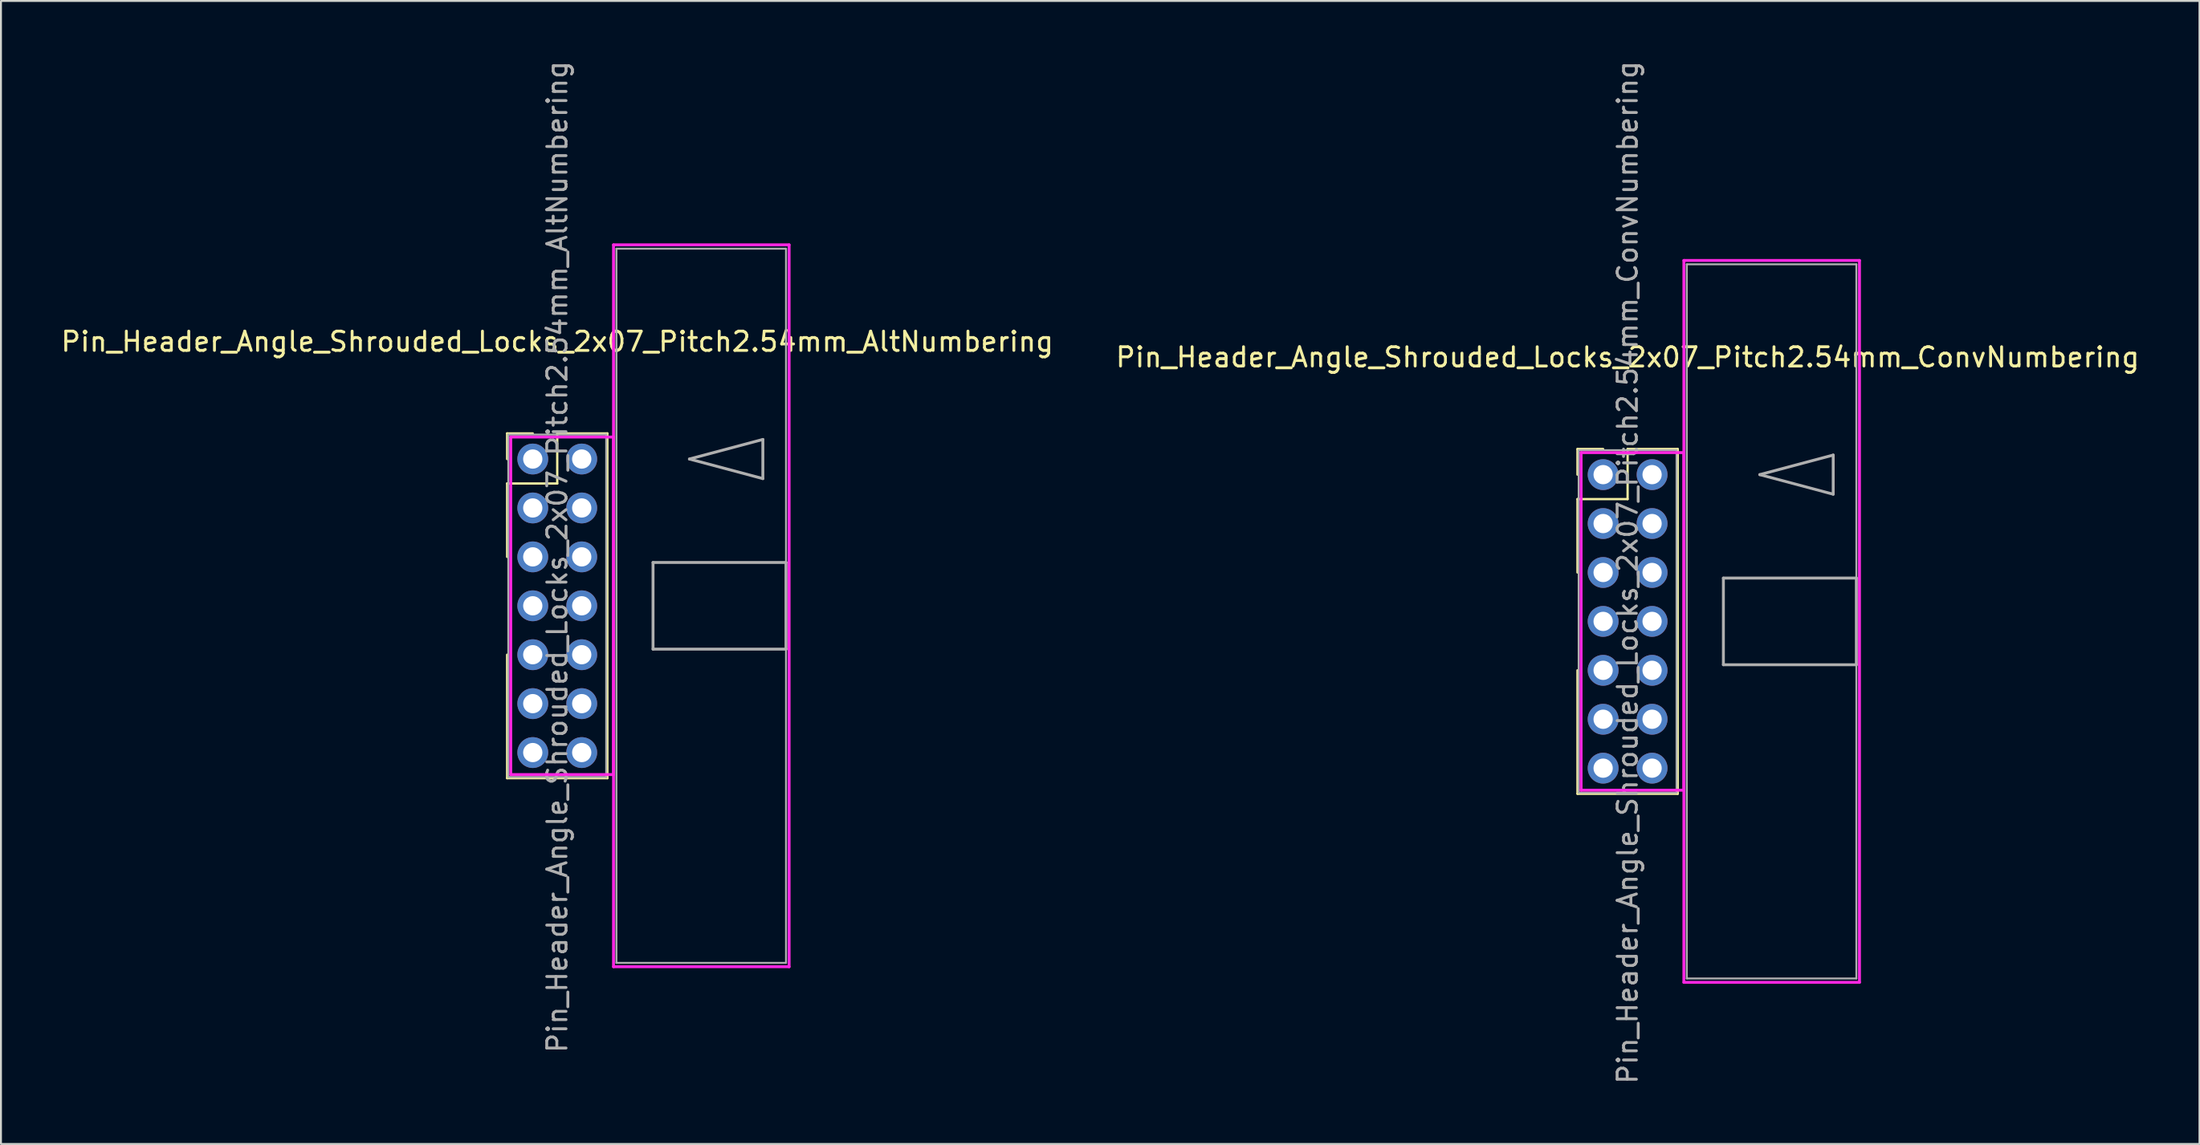
<source format=kicad_pcb>
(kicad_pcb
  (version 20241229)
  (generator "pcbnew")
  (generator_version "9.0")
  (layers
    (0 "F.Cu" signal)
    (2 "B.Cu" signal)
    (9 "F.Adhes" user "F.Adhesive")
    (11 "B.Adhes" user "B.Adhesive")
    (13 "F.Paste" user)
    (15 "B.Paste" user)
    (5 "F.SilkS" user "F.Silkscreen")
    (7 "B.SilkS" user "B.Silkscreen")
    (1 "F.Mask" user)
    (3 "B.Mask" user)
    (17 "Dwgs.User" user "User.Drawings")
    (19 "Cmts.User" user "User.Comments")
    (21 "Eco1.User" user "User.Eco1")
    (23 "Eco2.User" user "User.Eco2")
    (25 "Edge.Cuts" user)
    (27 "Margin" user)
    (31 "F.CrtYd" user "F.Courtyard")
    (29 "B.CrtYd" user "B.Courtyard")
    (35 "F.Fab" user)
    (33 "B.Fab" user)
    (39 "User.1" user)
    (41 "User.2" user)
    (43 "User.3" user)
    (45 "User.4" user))
  (footprint "Pin_Header_Angle_Shrouded_Locks_2x07_Pitch2.54mm_AltNumbering"
    (layer "F.Cu")
    (at 24.593 20.783)
    (property "Reference" "Pin_Header_Angle_Shrouded_Locks_2x07_Pitch2.54mm_AltNumbering" (at 1.27 -6.096 0) (layer "F.SilkS") (effects (font (size 1 1) (thickness 0.15))))
    (attr through_hole)
    (fp_line (start -1.33 -1.33) (end 0 -1.33) (stroke (width 0.12) (type solid)) (layer "F.SilkS"))
    (fp_line (start -1.33 0) (end -1.33 -1.33) (stroke (width 0.12) (type solid)) (layer "F.SilkS"))
    (fp_line (start -1.33 1.27) (end -1.33 5.08) (stroke (width 0.12) (type solid)) (layer "F.SilkS"))
    (fp_line (start -1.33 1.27) (end 1.27 1.27) (stroke (width 0.12) (type solid)) (layer "F.SilkS"))
    (fp_line (start -1.33 10.16) (end -1.33 16.57) (stroke (width 0.12) (type solid)) (layer "F.SilkS"))
    (fp_line (start -1.33 16.57) (end 3.87 16.57) (stroke (width 0.12) (type solid)) (layer "F.SilkS"))
    (fp_line (start 1.27 -1.33) (end 3.87 -1.33) (stroke (width 0.12) (type solid)) (layer "F.SilkS"))
    (fp_line (start 1.27 1.27) (end 1.27 -1.33) (stroke (width 0.12) (type solid)) (layer "F.SilkS"))
    (fp_line (start 3.87 -1.33) (end 3.87 16.57) (stroke (width 0.12) (type solid)) (layer "F.SilkS"))
    (fp_line (start -1.143 -1.143) (end -1.143 16.383) (stroke (width 0.15) (type solid)) (layer "F.CrtYd"))
    (fp_line (start -1.143 16.383) (end 4.19 16.383) (stroke (width 0.15) (type solid)) (layer "F.CrtYd"))
    (fp_line (start 4.19 -11.12) (end 4.19 26.36) (stroke (width 0.15) (type solid)) (layer "F.CrtYd"))
    (fp_line (start 4.19 -1.143) (end -1.143 -1.143) (stroke (width 0.15) (type solid)) (layer "F.CrtYd"))
    (fp_line (start 4.19 16.383) (end 4.19 -1.143) (stroke (width 0.15) (type solid)) (layer "F.CrtYd"))
    (fp_line (start 4.19 26.36) (end 13.3 26.36) (stroke (width 0.15) (type solid)) (layer "F.CrtYd"))
    (fp_line (start 13.3 -11.12) (end 4.19 -11.12) (stroke (width 0.15) (type solid)) (layer "F.CrtYd"))
    (fp_line (start 13.3 26.36) (end 13.3 -11.12) (stroke (width 0.15) (type solid)) (layer "F.CrtYd"))
    (fp_line (start -1.27 -1.27) (end -1.27 16.51) (stroke (width 0.1) (type solid)) (layer "F.Fab"))
    (fp_line (start -1.27 16.51) (end 3.81 16.51) (stroke (width 0.1) (type solid)) (layer "F.Fab"))
    (fp_line (start 3.81 -1.27) (end -1.27 -1.27) (stroke (width 0.1) (type solid)) (layer "F.Fab"))
    (fp_line (start 3.81 16.51) (end 3.81 -1.27) (stroke (width 0.1) (type solid)) (layer "F.Fab"))
    (fp_line (start 4.34 -10.92) (end 4.34 26.16) (stroke (width 0.1) (type solid)) (layer "F.Fab"))
    (fp_line (start 4.34 26.16) (end 13.14 26.16) (stroke (width 0.1) (type solid)) (layer "F.Fab"))
    (fp_line (start 6.24 5.37) (end 6.24 9.87) (stroke (width 0.15) (type solid)) (layer "F.Fab"))
    (fp_line (start 6.24 9.87) (end 13.14 9.87) (stroke (width 0.15) (type solid)) (layer "F.Fab"))
    (fp_line (start 8.128 0) (end 11.938 -1.016) (stroke (width 0.15) (type solid)) (layer "F.Fab"))
    (fp_line (start 11.938 -1.016) (end 11.938 1.016) (stroke (width 0.15) (type solid)) (layer "F.Fab"))
    (fp_line (start 11.938 1.016) (end 8.128 0) (stroke (width 0.15) (type solid)) (layer "F.Fab"))
    (fp_line (start 13.14 -10.92) (end 4.34 -10.92) (stroke (width 0.1) (type solid)) (layer "F.Fab"))
    (fp_line (start 13.14 5.37) (end 6.24 5.37) (stroke (width 0.15) (type solid)) (layer "F.Fab"))
    (fp_line (start 13.14 9.87) (end 13.14 5.37) (stroke (width 0.15) (type solid)) (layer "F.Fab"))
    (fp_line (start 13.14 26.16) (end 13.14 -10.92) (stroke (width 0.1) (type solid)) (layer "F.Fab"))
    (fp_text user "${REFERENCE}" (at 1.27 5.08 90) (layer "F.Fab") (effects (font (size 1 1) (thickness 0.15))))
    (pad "1" thru_hole oval (at 0 0) (size 1.6 1.6) (drill 1) (layers "*.Cu" "*.Mask"))
    (pad "2" thru_hole oval (at 0 2.54) (size 1.6 1.6) (drill 1) (layers "*.Cu" "*.Mask"))
    (pad "3" thru_hole oval (at 0 5.08) (size 1.6 1.6) (drill 1) (layers "*.Cu" "*.Mask"))
    (pad "4" thru_hole oval (at 0 7.62) (size 1.6 1.6) (drill 1) (layers "*.Cu" "*.Mask"))
    (pad "5" thru_hole oval (at 0 10.16) (size 1.6 1.6) (drill 1) (layers "*.Cu" "*.Mask"))
    (pad "6" thru_hole oval (at 0 12.7) (size 1.6 1.6) (drill 1) (layers "*.Cu" "*.Mask"))
    (pad "7" thru_hole oval (at 0 15.24) (size 1.6 1.6) (drill 1) (layers "*.Cu" "*.Mask"))
    (pad "8" thru_hole oval (at 2.54 0) (size 1.6 1.6) (drill 1) (layers "*.Cu" "*.Mask"))
    (pad "9" thru_hole oval (at 2.54 2.54) (size 1.6 1.6) (drill 1) (layers "*.Cu" "*.Mask"))
    (pad "10" thru_hole oval (at 2.54 5.08) (size 1.6 1.6) (drill 1) (layers "*.Cu" "*.Mask"))
    (pad "11" thru_hole oval (at 2.54 7.62) (size 1.6 1.6) (drill 1) (layers "*.Cu" "*.Mask"))
    (pad "12" thru_hole oval (at 2.54 10.16) (size 1.6 1.6) (drill 1) (layers "*.Cu" "*.Mask"))
    (pad "13" thru_hole oval (at 2.54 12.7) (size 1.6 1.6) (drill 1) (layers "*.Cu" "*.Mask"))
    (pad "14" thru_hole oval (at 2.54 15.24) (size 1.6 1.6) (drill 1) (layers "*.Cu" "*.Mask")))
  (footprint "Pin_Header_Angle_Shrouded_Locks_2x07_Pitch2.54mm_ConvNumbering"
    (layer "F.Cu")
    (at 80.129 21.593)
    (property "Reference" "Pin_Header_Angle_Shrouded_Locks_2x07_Pitch2.54mm_ConvNumbering" (at 1.27 -6.096 0) (layer "F.SilkS") (effects (font (size 1 1) (thickness 0.15))))
    (attr through_hole)
    (fp_line (start -1.33 -1.33) (end 0 -1.33) (stroke (width 0.12) (type solid)) (layer "F.SilkS"))
    (fp_line (start -1.33 0) (end -1.33 -1.33) (stroke (width 0.12) (type solid)) (layer "F.SilkS"))
    (fp_line (start -1.33 1.27) (end -1.33 5.08) (stroke (width 0.12) (type solid)) (layer "F.SilkS"))
    (fp_line (start -1.33 1.27) (end 1.27 1.27) (stroke (width 0.12) (type solid)) (layer "F.SilkS"))
    (fp_line (start -1.33 10.16) (end -1.33 16.57) (stroke (width 0.12) (type solid)) (layer "F.SilkS"))
    (fp_line (start -1.33 16.57) (end 3.87 16.57) (stroke (width 0.12) (type solid)) (layer "F.SilkS"))
    (fp_line (start 1.27 -1.33) (end 3.87 -1.33) (stroke (width 0.12) (type solid)) (layer "F.SilkS"))
    (fp_line (start 1.27 1.27) (end 1.27 -1.33) (stroke (width 0.12) (type solid)) (layer "F.SilkS"))
    (fp_line (start 3.87 -1.33) (end 3.87 16.57) (stroke (width 0.12) (type solid)) (layer "F.SilkS"))
    (fp_line (start -1.143 -1.143) (end -1.143 16.383) (stroke (width 0.15) (type solid)) (layer "F.CrtYd"))
    (fp_line (start -1.143 16.383) (end 4.19 16.383) (stroke (width 0.15) (type solid)) (layer "F.CrtYd"))
    (fp_line (start 4.19 -11.12) (end 4.19 26.36) (stroke (width 0.15) (type solid)) (layer "F.CrtYd"))
    (fp_line (start 4.19 -1.143) (end -1.143 -1.143) (stroke (width 0.15) (type solid)) (layer "F.CrtYd"))
    (fp_line (start 4.19 16.383) (end 4.19 -1.143) (stroke (width 0.15) (type solid)) (layer "F.CrtYd"))
    (fp_line (start 4.19 26.36) (end 13.3 26.36) (stroke (width 0.15) (type solid)) (layer "F.CrtYd"))
    (fp_line (start 13.3 -11.12) (end 4.19 -11.12) (stroke (width 0.15) (type solid)) (layer "F.CrtYd"))
    (fp_line (start 13.3 26.36) (end 13.3 -11.12) (stroke (width 0.15) (type solid)) (layer "F.CrtYd"))
    (fp_line (start -1.27 -1.27) (end -1.27 16.51) (stroke (width 0.1) (type solid)) (layer "F.Fab"))
    (fp_line (start -1.27 16.51) (end 3.81 16.51) (stroke (width 0.1) (type solid)) (layer "F.Fab"))
    (fp_line (start 3.81 -1.27) (end -1.27 -1.27) (stroke (width 0.1) (type solid)) (layer "F.Fab"))
    (fp_line (start 3.81 16.51) (end 3.81 -1.27) (stroke (width 0.1) (type solid)) (layer "F.Fab"))
    (fp_line (start 4.34 -10.92) (end 4.34 26.16) (stroke (width 0.1) (type solid)) (layer "F.Fab"))
    (fp_line (start 4.34 26.16) (end 13.14 26.16) (stroke (width 0.1) (type solid)) (layer "F.Fab"))
    (fp_line (start 6.24 5.37) (end 6.24 9.87) (stroke (width 0.15) (type solid)) (layer "F.Fab"))
    (fp_line (start 6.24 9.87) (end 13.14 9.87) (stroke (width 0.15) (type solid)) (layer "F.Fab"))
    (fp_line (start 8.128 0) (end 11.938 -1.016) (stroke (width 0.15) (type solid)) (layer "F.Fab"))
    (fp_line (start 11.938 -1.016) (end 11.938 1.016) (stroke (width 0.15) (type solid)) (layer "F.Fab"))
    (fp_line (start 11.938 1.016) (end 8.128 0) (stroke (width 0.15) (type solid)) (layer "F.Fab"))
    (fp_line (start 13.14 -10.92) (end 4.34 -10.92) (stroke (width 0.1) (type solid)) (layer "F.Fab"))
    (fp_line (start 13.14 5.37) (end 6.24 5.37) (stroke (width 0.15) (type solid)) (layer "F.Fab"))
    (fp_line (start 13.14 9.87) (end 13.14 5.37) (stroke (width 0.15) (type solid)) (layer "F.Fab"))
    (fp_line (start 13.14 26.16) (end 13.14 -10.92) (stroke (width 0.1) (type solid)) (layer "F.Fab"))
    (fp_text user "${REFERENCE}" (at 1.27 5.08 90) (layer "F.Fab") (effects (font (size 1 1) (thickness 0.15))))
    (pad "1" thru_hole oval (at 0 0) (size 1.6 1.6) (drill 1) (layers "*.Cu" "*.Mask"))
    (pad "2" thru_hole oval (at 2.54 0) (size 1.6 1.6) (drill 1) (layers "*.Cu" "*.Mask"))
    (pad "3" thru_hole oval (at 0 2.54) (size 1.6 1.6) (drill 1) (layers "*.Cu" "*.Mask"))
    (pad "4" thru_hole oval (at 2.54 2.54) (size 1.6 1.6) (drill 1) (layers "*.Cu" "*.Mask"))
    (pad "5" thru_hole oval (at 0 5.08) (size 1.6 1.6) (drill 1) (layers "*.Cu" "*.Mask"))
    (pad "6" thru_hole oval (at 2.54 5.08) (size 1.6 1.6) (drill 1) (layers "*.Cu" "*.Mask"))
    (pad "7" thru_hole oval (at 0 7.62) (size 1.6 1.6) (drill 1) (layers "*.Cu" "*.Mask"))
    (pad "8" thru_hole oval (at 2.54 7.62) (size 1.6 1.6) (drill 1) (layers "*.Cu" "*.Mask"))
    (pad "9" thru_hole oval (at 0 10.16) (size 1.6 1.6) (drill 1) (layers "*.Cu" "*.Mask"))
    (pad "10" thru_hole oval (at 2.54 10.16) (size 1.6 1.6) (drill 1) (layers "*.Cu" "*.Mask"))
    (pad "11" thru_hole oval (at 0 12.7) (size 1.6 1.6) (drill 1) (layers "*.Cu" "*.Mask"))
    (pad "12" thru_hole oval (at 2.54 12.7) (size 1.6 1.6) (drill 1) (layers "*.Cu" "*.Mask"))
    (pad "13" thru_hole oval (at 0 15.24) (size 1.6 1.6) (drill 1) (layers "*.Cu" "*.Mask"))
    (pad "14" thru_hole oval (at 2.54 15.24) (size 1.6 1.6) (drill 1) (layers "*.Cu" "*.Mask")))
  (gr_rect
    (start -3 -3)
    (end 111.071 56.345)
    (stroke (width 0.1) (type default))
    (fill no)
    (layer "Edge.Cuts")))
</source>
